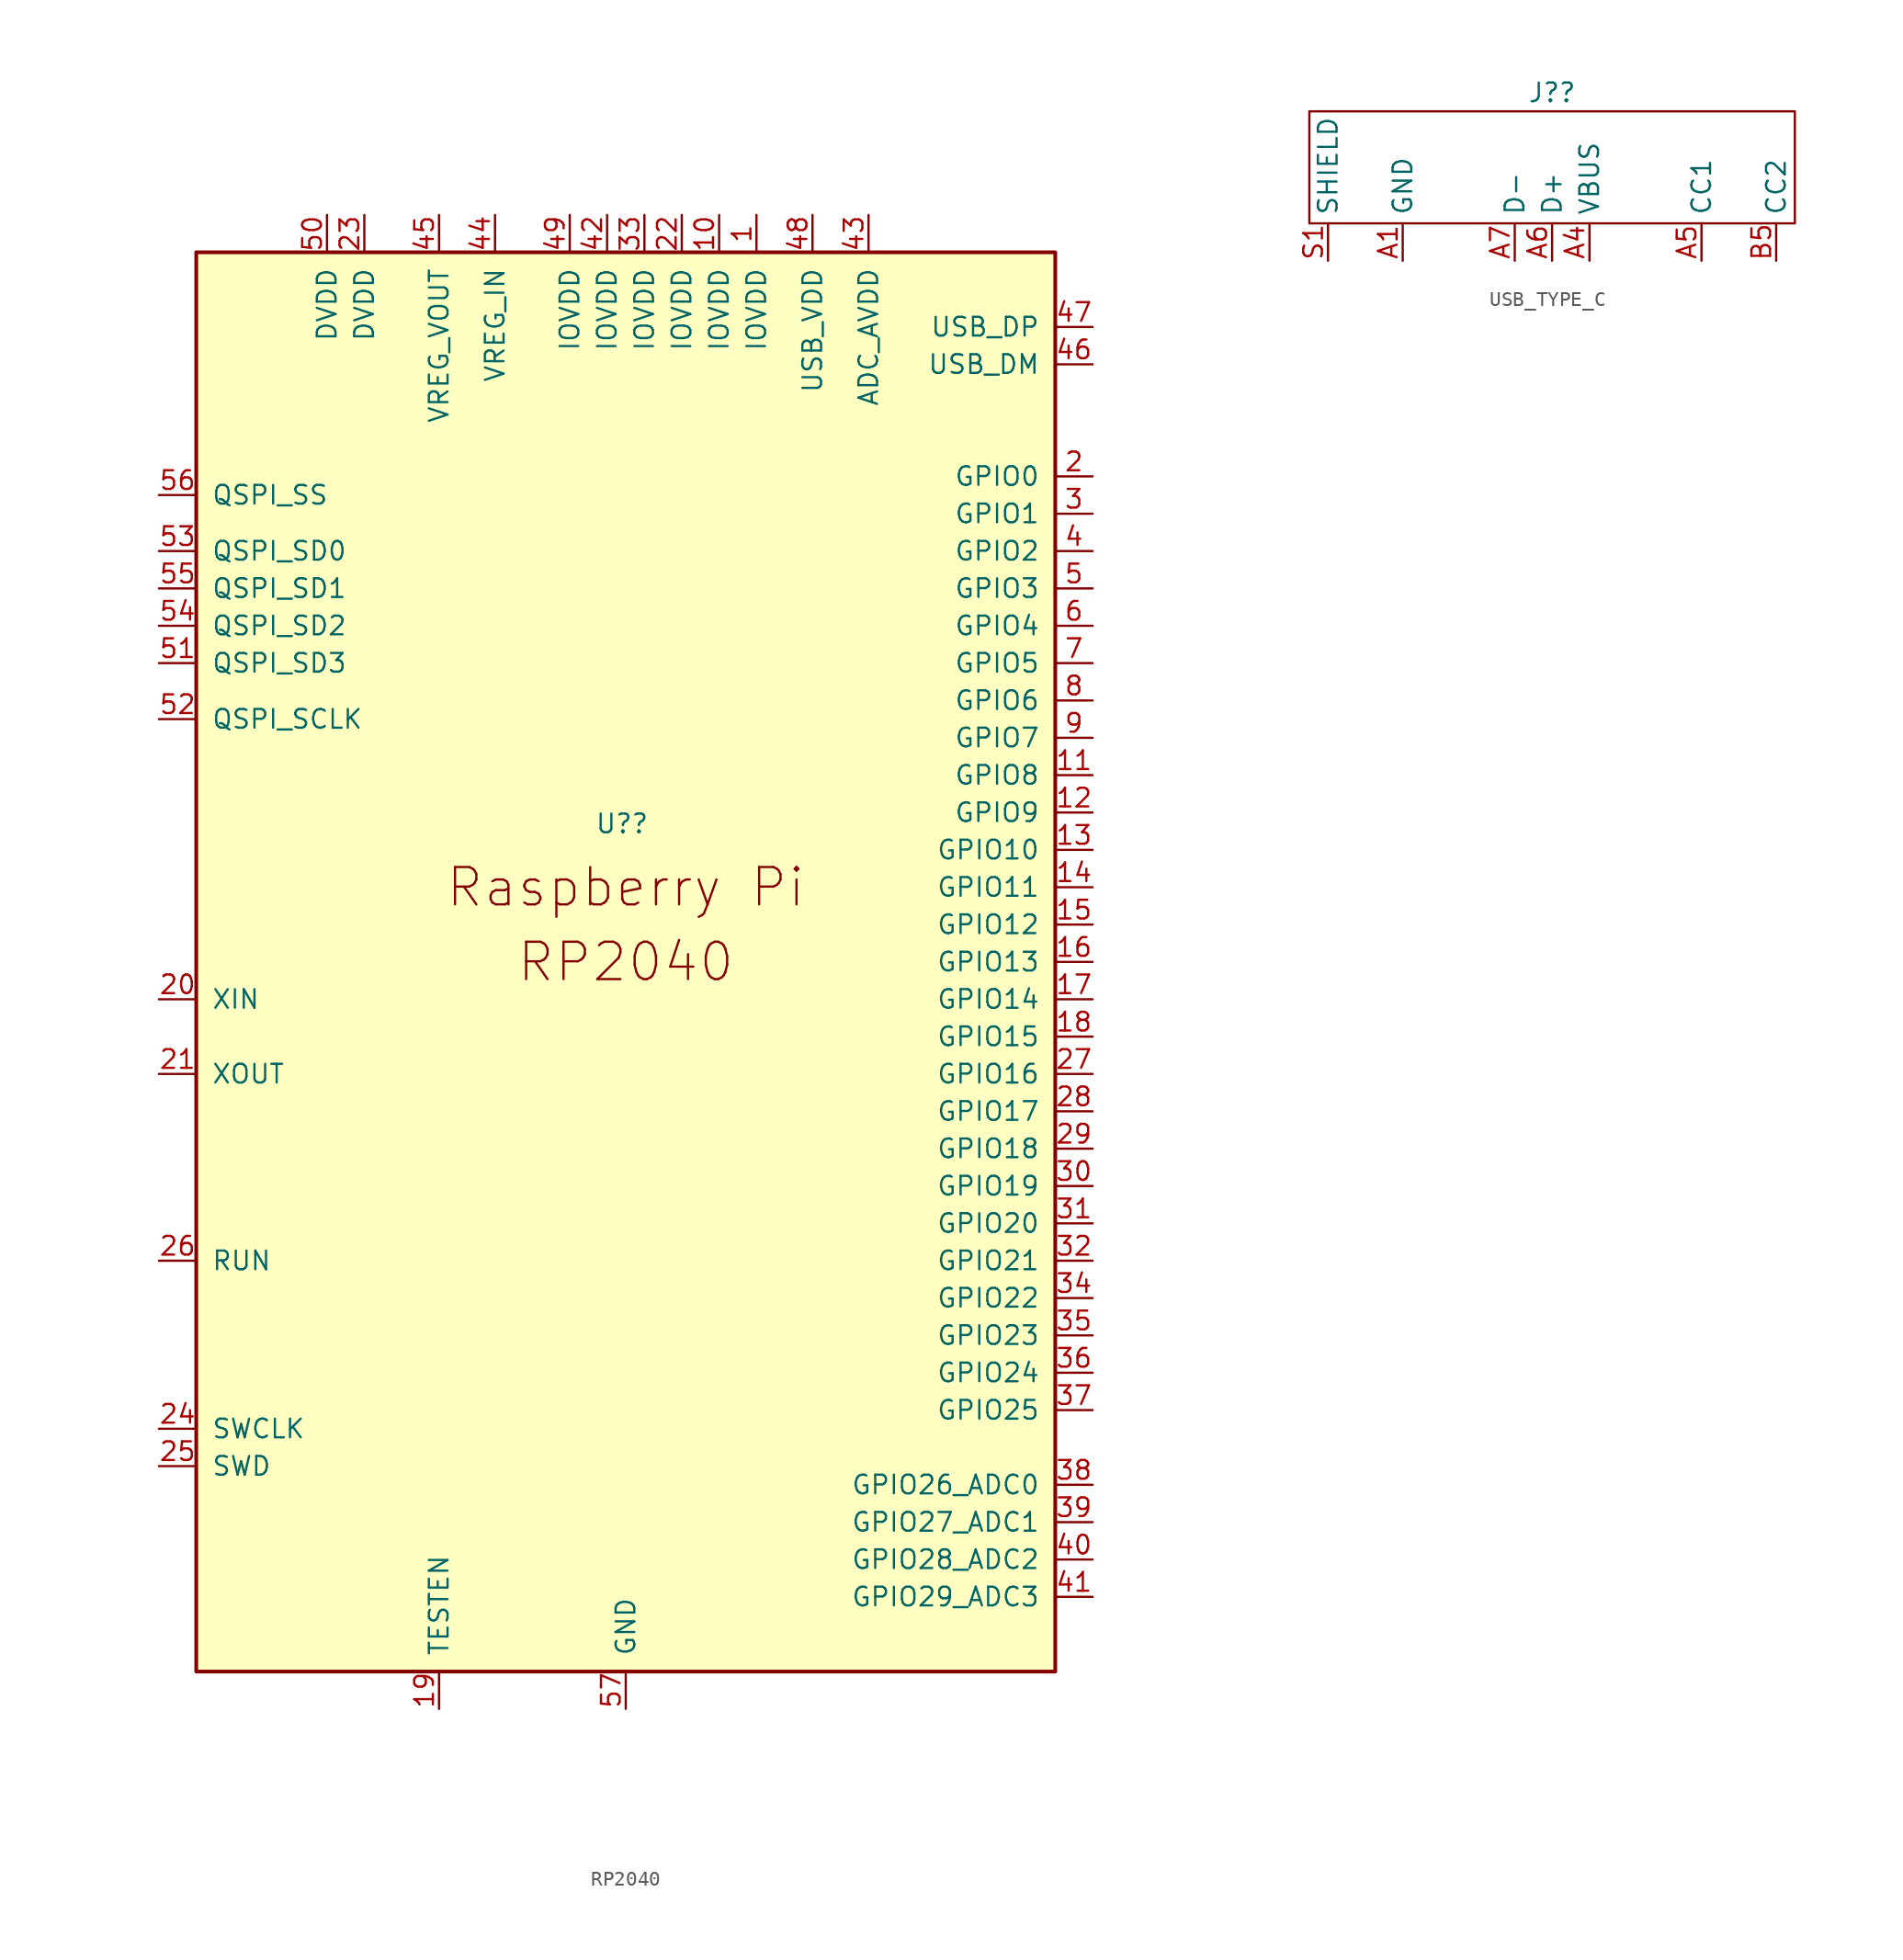
<source format=kicad_sym>
(kicad_symbol_lib
  (version 20231120)
  (generator "kicad_symbol_editor")
  (generator_version "8.0")
  (symbol "RP2040"
    (pin_names
      (offset 1.016))
    (property "Reference" "U?"
      (at -0.254 9.398 0)
      (effects (font (size 1.27 1.27))))
    (symbol "RP2040_0_0"
      (text "Raspberry Pi" (at 0 5.08 0) (effects (font (size 2.54 2.54))))
      (text "RP2040" (at 0 0 0) (effects (font (size 2.54 2.54)))))
    (symbol "RP2040_0_1"
      (rectangle (start -29.21 48.26) (end 29.21 -48.26) (stroke (width 0.254) (type solid)) (fill (type background))))
    (symbol "RP2040_1_1"
      (pin power_in line (at 8.89 50.8 270) (length 2.54) (name "IOVDD" (effects (font (size 1.27 1.27)))) (number "1" (effects (font (size 1.27 1.27)))))
      (pin power_in line (at 6.35 50.8 270) (length 2.54) (name "IOVDD" (effects (font (size 1.27 1.27)))) (number "10" (effects (font (size 1.27 1.27)))))
      (pin bidirectional line (at 31.75 12.7 180) (length 2.54) (name "GPIO8" (effects (font (size 1.27 1.27)))) (number "11" (effects (font (size 1.27 1.27)))))
      (pin bidirectional line (at 31.75 10.16 180) (length 2.54) (name "GPIO9" (effects (font (size 1.27 1.27)))) (number "12" (effects (font (size 1.27 1.27)))))
      (pin bidirectional line (at 31.75 7.62 180) (length 2.54) (name "GPIO10" (effects (font (size 1.27 1.27)))) (number "13" (effects (font (size 1.27 1.27)))))
      (pin bidirectional line (at 31.75 5.08 180) (length 2.54) (name "GPIO11" (effects (font (size 1.27 1.27)))) (number "14" (effects (font (size 1.27 1.27)))))
      (pin bidirectional line (at 31.75 2.54 180) (length 2.54) (name "GPIO12" (effects (font (size 1.27 1.27)))) (number "15" (effects (font (size 1.27 1.27)))))
      (pin bidirectional line (at 31.75 0 180) (length 2.54) (name "GPIO13" (effects (font (size 1.27 1.27)))) (number "16" (effects (font (size 1.27 1.27)))))
      (pin bidirectional line (at 31.75 -2.54 180) (length 2.54) (name "GPIO14" (effects (font (size 1.27 1.27)))) (number "17" (effects (font (size 1.27 1.27)))))
      (pin bidirectional line (at 31.75 -5.08 180) (length 2.54) (name "GPIO15" (effects (font (size 1.27 1.27)))) (number "18" (effects (font (size 1.27 1.27)))))
      (pin passive line (at -12.7 -50.8 90) (length 2.54) (name "TESTEN" (effects (font (size 1.27 1.27)))) (number "19" (effects (font (size 1.27 1.27)))))
      (pin bidirectional line (at 31.75 33.02 180) (length 2.54) (name "GPIO0" (effects (font (size 1.27 1.27)))) (number "2" (effects (font (size 1.27 1.27)))))
      (pin input line (at -31.75 -2.54 0) (length 2.54) (name "XIN" (effects (font (size 1.27 1.27)))) (number "20" (effects (font (size 1.27 1.27)))))
      (pin passive line (at -31.75 -7.62 0) (length 2.54) (name "XOUT" (effects (font (size 1.27 1.27)))) (number "21" (effects (font (size 1.27 1.27)))))
      (pin power_in line (at 3.81 50.8 270) (length 2.54) (name "IOVDD" (effects (font (size 1.27 1.27)))) (number "22" (effects (font (size 1.27 1.27)))))
      (pin power_in line (at -17.78 50.8 270) (length 2.54) (name "DVDD" (effects (font (size 1.27 1.27)))) (number "23" (effects (font (size 1.27 1.27)))))
      (pin output line (at -31.75 -31.75 0) (length 2.54) (name "SWCLK" (effects (font (size 1.27 1.27)))) (number "24" (effects (font (size 1.27 1.27)))))
      (pin bidirectional line (at -31.75 -34.29 0) (length 2.54) (name "SWD" (effects (font (size 1.27 1.27)))) (number "25" (effects (font (size 1.27 1.27)))))
      (pin input line (at -31.75 -20.32 0) (length 2.54) (name "RUN" (effects (font (size 1.27 1.27)))) (number "26" (effects (font (size 1.27 1.27)))))
      (pin bidirectional line (at 31.75 -7.62 180) (length 2.54) (name "GPIO16" (effects (font (size 1.27 1.27)))) (number "27" (effects (font (size 1.27 1.27)))))
      (pin bidirectional line (at 31.75 -10.16 180) (length 2.54) (name "GPIO17" (effects (font (size 1.27 1.27)))) (number "28" (effects (font (size 1.27 1.27)))))
      (pin bidirectional line (at 31.75 -12.7 180) (length 2.54) (name "GPIO18" (effects (font (size 1.27 1.27)))) (number "29" (effects (font (size 1.27 1.27)))))
      (pin bidirectional line (at 31.75 30.48 180) (length 2.54) (name "GPIO1" (effects (font (size 1.27 1.27)))) (number "3" (effects (font (size 1.27 1.27)))))
      (pin bidirectional line (at 31.75 -15.24 180) (length 2.54) (name "GPIO19" (effects (font (size 1.27 1.27)))) (number "30" (effects (font (size 1.27 1.27)))))
      (pin bidirectional line (at 31.75 -17.78 180) (length 2.54) (name "GPIO20" (effects (font (size 1.27 1.27)))) (number "31" (effects (font (size 1.27 1.27)))))
      (pin bidirectional line (at 31.75 -20.32 180) (length 2.54) (name "GPIO21" (effects (font (size 1.27 1.27)))) (number "32" (effects (font (size 1.27 1.27)))))
      (pin power_in line (at 1.27 50.8 270) (length 2.54) (name "IOVDD" (effects (font (size 1.27 1.27)))) (number "33" (effects (font (size 1.27 1.27)))))
      (pin bidirectional line (at 31.75 -22.86 180) (length 2.54) (name "GPIO22" (effects (font (size 1.27 1.27)))) (number "34" (effects (font (size 1.27 1.27)))))
      (pin bidirectional line (at 31.75 -25.4 180) (length 2.54) (name "GPIO23" (effects (font (size 1.27 1.27)))) (number "35" (effects (font (size 1.27 1.27)))))
      (pin bidirectional line (at 31.75 -27.94 180) (length 2.54) (name "GPIO24" (effects (font (size 1.27 1.27)))) (number "36" (effects (font (size 1.27 1.27)))))
      (pin bidirectional line (at 31.75 -30.48 180) (length 2.54) (name "GPIO25" (effects (font (size 1.27 1.27)))) (number "37" (effects (font (size 1.27 1.27)))))
      (pin bidirectional line (at 31.75 -35.56 180) (length 2.54) (name "GPIO26_ADC0" (effects (font (size 1.27 1.27)))) (number "38" (effects (font (size 1.27 1.27)))))
      (pin bidirectional line (at 31.75 -38.1 180) (length 2.54) (name "GPIO27_ADC1" (effects (font (size 1.27 1.27)))) (number "39" (effects (font (size 1.27 1.27)))))
      (pin bidirectional line (at 31.75 27.94 180) (length 2.54) (name "GPIO2" (effects (font (size 1.27 1.27)))) (number "4" (effects (font (size 1.27 1.27)))))
      (pin bidirectional line (at 31.75 -40.64 180) (length 2.54) (name "GPIO28_ADC2" (effects (font (size 1.27 1.27)))) (number "40" (effects (font (size 1.27 1.27)))))
      (pin bidirectional line (at 31.75 -43.18 180) (length 2.54) (name "GPIO29_ADC3" (effects (font (size 1.27 1.27)))) (number "41" (effects (font (size 1.27 1.27)))))
      (pin power_in line (at -1.27 50.8 270) (length 2.54) (name "IOVDD" (effects (font (size 1.27 1.27)))) (number "42" (effects (font (size 1.27 1.27)))))
      (pin power_in line (at 16.51 50.8 270) (length 2.54) (name "ADC_AVDD" (effects (font (size 1.27 1.27)))) (number "43" (effects (font (size 1.27 1.27)))))
      (pin power_in line (at -8.89 50.8 270) (length 2.54) (name "VREG_IN" (effects (font (size 1.27 1.27)))) (number "44" (effects (font (size 1.27 1.27)))))
      (pin power_out line (at -12.7 50.8 270) (length 2.54) (name "VREG_VOUT" (effects (font (size 1.27 1.27)))) (number "45" (effects (font (size 1.27 1.27)))))
      (pin bidirectional line (at 31.75 40.64 180) (length 2.54) (name "USB_DM" (effects (font (size 1.27 1.27)))) (number "46" (effects (font (size 1.27 1.27)))))
      (pin bidirectional line (at 31.75 43.18 180) (length 2.54) (name "USB_DP" (effects (font (size 1.27 1.27)))) (number "47" (effects (font (size 1.27 1.27)))))
      (pin power_in line (at 12.7 50.8 270) (length 2.54) (name "USB_VDD" (effects (font (size 1.27 1.27)))) (number "48" (effects (font (size 1.27 1.27)))))
      (pin power_in line (at -3.81 50.8 270) (length 2.54) (name "IOVDD" (effects (font (size 1.27 1.27)))) (number "49" (effects (font (size 1.27 1.27)))))
      (pin bidirectional line (at 31.75 25.4 180) (length 2.54) (name "GPIO3" (effects (font (size 1.27 1.27)))) (number "5" (effects (font (size 1.27 1.27)))))
      (pin power_in line (at -20.32 50.8 270) (length 2.54) (name "DVDD" (effects (font (size 1.27 1.27)))) (number "50" (effects (font (size 1.27 1.27)))))
      (pin bidirectional line (at -31.75 20.32 0) (length 2.54) (name "QSPI_SD3" (effects (font (size 1.27 1.27)))) (number "51" (effects (font (size 1.27 1.27)))))
      (pin output line (at -31.75 16.51 0) (length 2.54) (name "QSPI_SCLK" (effects (font (size 1.27 1.27)))) (number "52" (effects (font (size 1.27 1.27)))))
      (pin bidirectional line (at -31.75 27.94 0) (length 2.54) (name "QSPI_SD0" (effects (font (size 1.27 1.27)))) (number "53" (effects (font (size 1.27 1.27)))))
      (pin bidirectional line (at -31.75 22.86 0) (length 2.54) (name "QSPI_SD2" (effects (font (size 1.27 1.27)))) (number "54" (effects (font (size 1.27 1.27)))))
      (pin bidirectional line (at -31.75 25.4 0) (length 2.54) (name "QSPI_SD1" (effects (font (size 1.27 1.27)))) (number "55" (effects (font (size 1.27 1.27)))))
      (pin bidirectional line (at -31.75 31.75 0) (length 2.54) (name "QSPI_SS" (effects (font (size 1.27 1.27)))) (number "56" (effects (font (size 1.27 1.27)))))
      (pin power_in line (at 0 -50.8 90) (length 2.54) (name "GND" (effects (font (size 1.27 1.27)))) (number "57" (effects (font (size 1.27 1.27)))))
      (pin bidirectional line (at 31.75 22.86 180) (length 2.54) (name "GPIO4" (effects (font (size 1.27 1.27)))) (number "6" (effects (font (size 1.27 1.27)))))
      (pin bidirectional line (at 31.75 20.32 180) (length 2.54) (name "GPIO5" (effects (font (size 1.27 1.27)))) (number "7" (effects (font (size 1.27 1.27)))))
      (pin bidirectional line (at 31.75 17.78 180) (length 2.54) (name "GPIO6" (effects (font (size 1.27 1.27)))) (number "8" (effects (font (size 1.27 1.27)))))
      (pin bidirectional line (at 31.75 15.24 180) (length 2.54) (name "GPIO7" (effects (font (size 1.27 1.27)))) (number "9" (effects (font (size 1.27 1.27)))))))
  (symbol "USB_TYPE_C"
    (property "Reference" "J?"
      (at 0 2.54 0)
      (effects (font (size 1.27 1.27))))
    (symbol "USB_TYPE_C_0_0"
      (pin power_in line (at 2.54 -8.89 90) (length 2.54) (name "VBUS" (effects (font (size 1.27 1.27)))) (number "A4" (effects (font (size 1.27 1.27)))))
      (pin bidirectional line (at 10.16 -8.89 90) (length 2.54) (name "CC1" (effects (font (size 1.27 1.27)))) (number "A5" (effects (font (size 1.27 1.27)))))
      (pin bidirectional line (at 0 -8.89 90) (length 2.54) (name "D+" (effects (font (size 1.27 1.27)))) (number "A6" (effects (font (size 1.27 1.27)))))
      (pin bidirectional line (at -2.54 -8.89 90) (length 2.54) (name "D-" (effects (font (size 1.27 1.27)))) (number "A7" (effects (font (size 1.27 1.27)))))
      (pin bidirectional line (at 15.24 -8.89 90) (length 2.54) (name "CC2" (effects (font (size 1.27 1.27)))) (number "B5" (effects (font (size 1.27 1.27))))))
    (symbol "USB_TYPE_C_1_0"
      (pin power_in line (at -10.16 -8.89 90) (length 2.54) (name "GND" (effects (font (size 1.27 1.27)))) (number "A1" (effects (font (size 1.27 1.27)))))
      (pin power_in line (at -15.24 -8.89 90) (length 2.54) (name "SHIELD" (effects (font (size 1.27 1.27)))) (number "S1" (effects (font (size 1.27 1.27))))))
    (symbol "USB_TYPE_C_1_1"
      (rectangle (start -16.51 1.27) (end 16.51 -6.35) (stroke (width 0) (type solid)) (fill (type none))))))
</source>
